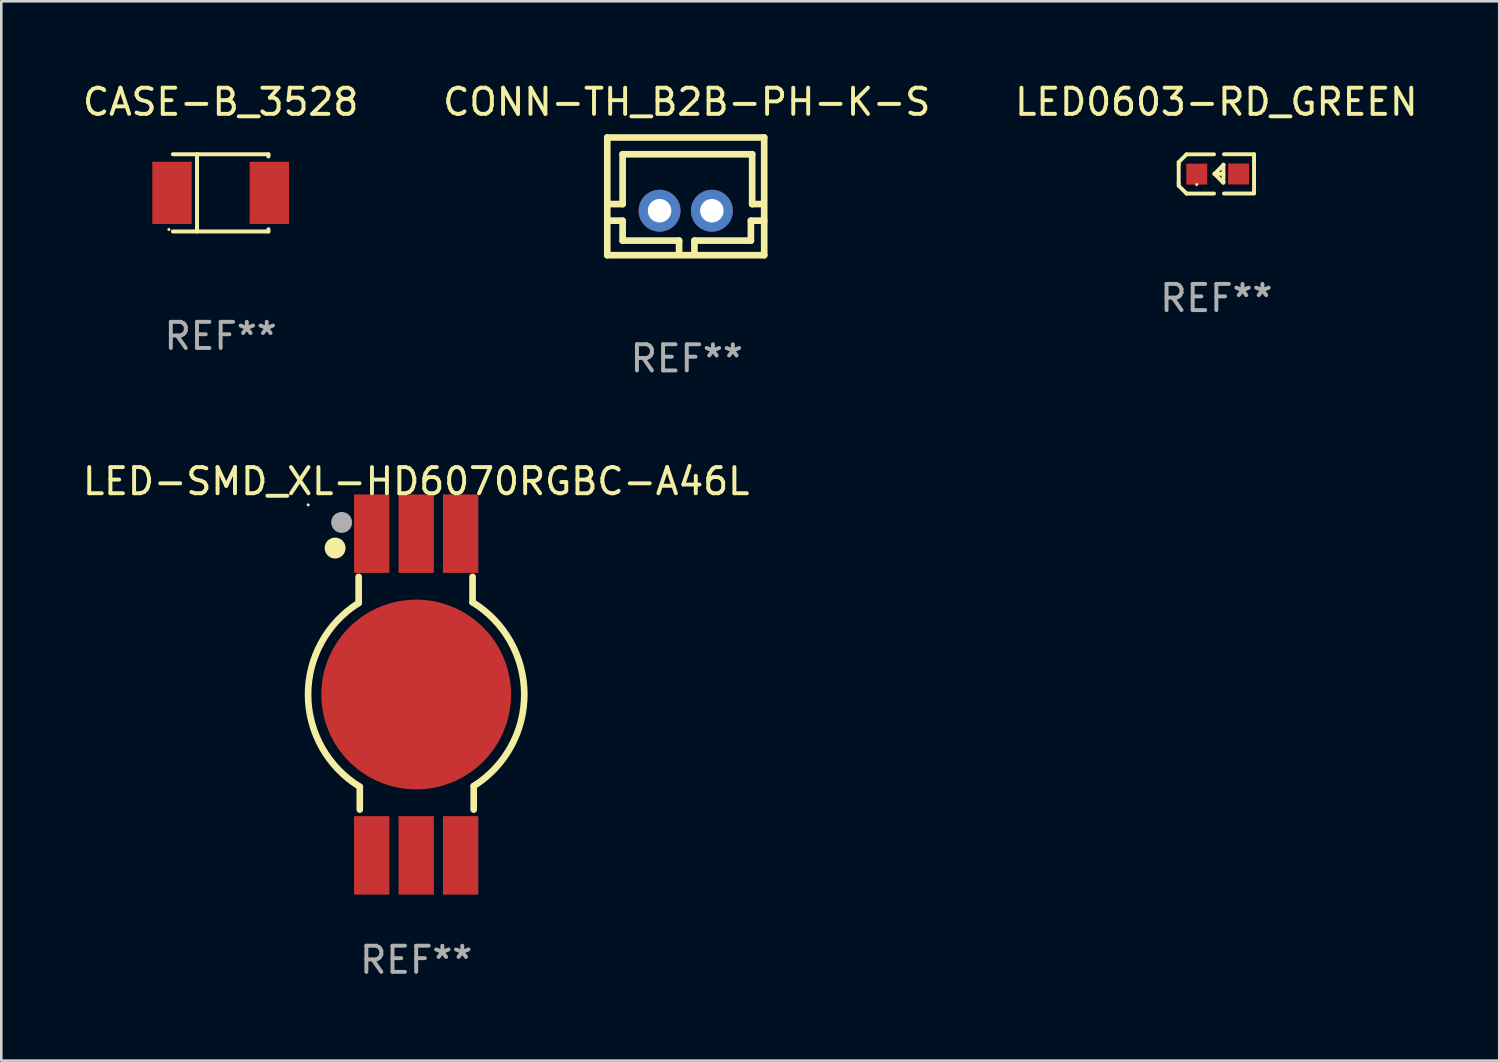
<source format=kicad_pcb>
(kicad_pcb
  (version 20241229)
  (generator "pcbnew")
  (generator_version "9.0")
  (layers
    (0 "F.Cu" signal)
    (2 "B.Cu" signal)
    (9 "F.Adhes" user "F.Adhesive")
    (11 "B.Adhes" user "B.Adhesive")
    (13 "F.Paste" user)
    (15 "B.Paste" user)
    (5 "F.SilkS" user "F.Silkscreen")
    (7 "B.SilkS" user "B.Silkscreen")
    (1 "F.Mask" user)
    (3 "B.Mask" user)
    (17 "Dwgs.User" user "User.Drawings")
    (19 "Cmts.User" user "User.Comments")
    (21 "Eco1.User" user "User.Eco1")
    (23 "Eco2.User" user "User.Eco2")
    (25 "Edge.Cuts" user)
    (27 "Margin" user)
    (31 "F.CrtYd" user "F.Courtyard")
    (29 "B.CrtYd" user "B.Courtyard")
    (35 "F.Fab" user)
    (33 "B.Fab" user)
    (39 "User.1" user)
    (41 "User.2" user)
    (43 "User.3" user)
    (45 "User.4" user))
  (footprint "CONN-TH_B2B-PH-K-S"
    (layer "F.Cu")
    (at 23.169 5.007)
    (property "Reference" "CONN-TH_B2B-PH-K-S" (at 0.04 -4.159 0) (layer "F.SilkS") (effects (font (size 1 1) (thickness 0.15))))
    (attr through_hole)
    (fp_line (start -3 -2.8) (end -3 1.7) (stroke (width 0.254) (type solid)) (layer "F.SilkS"))
    (fp_line (start -3 1.7) (end 3 1.7) (stroke (width 0.254) (type solid)) (layer "F.SilkS"))
    (fp_line (start -2.921 -0.254) (end -2.413 -0.254) (stroke (width 0.254) (type solid)) (layer "F.SilkS"))
    (fp_line (start -2.921 0.381) (end -2.413 0.381) (stroke (width 0.254) (type solid)) (layer "F.SilkS"))
    (fp_line (start -2.413 -2.159) (end 2.54 -2.159) (stroke (width 0.254) (type solid)) (layer "F.SilkS"))
    (fp_line (start -2.413 -0.254) (end -2.413 -2.159) (stroke (width 0.254) (type solid)) (layer "F.SilkS"))
    (fp_line (start -2.413 0.381) (end -2.413 1.143) (stroke (width 0.254) (type solid)) (layer "F.SilkS"))
    (fp_line (start -2.413 1.143) (end -0.254 1.143) (stroke (width 0.254) (type solid)) (layer "F.SilkS"))
    (fp_line (start -0.254 1.143) (end -0.254 1.651) (stroke (width 0.254) (type solid)) (layer "F.SilkS"))
    (fp_line (start 0.333 1.143) (end 0.333 1.651) (stroke (width 0.254) (type solid)) (layer "F.SilkS"))
    (fp_line (start 2.492 0.381) (end 2.492 1.143) (stroke (width 0.254) (type solid)) (layer "F.SilkS"))
    (fp_line (start 2.492 1.143) (end 0.333 1.143) (stroke (width 0.254) (type solid)) (layer "F.SilkS"))
    (fp_line (start 2.54 -2.159) (end 2.54 -0.254) (stroke (width 0.254) (type solid)) (layer "F.SilkS"))
    (fp_line (start 2.54 -0.254) (end 2.921 -0.254) (stroke (width 0.254) (type solid)) (layer "F.SilkS"))
    (fp_line (start 3 -2.8) (end -3 -2.8) (stroke (width 0.254) (type solid)) (layer "F.SilkS"))
    (fp_line (start 3 1.7) (end 3 -2.8) (stroke (width 0.254) (type solid)) (layer "F.SilkS"))
    (fp_line (start 3 0.381) (end 2.492 0.381) (stroke (width 0.254) (type solid)) (layer "F.SilkS"))
    (fp_circle (center 2.95 -2.8) (end 2.98 -2.8) (stroke (width 0.06) (type solid)) (fill no) (layer "F.SilkS"))
    (fp_text user "REF**" (at 0.04 5.651 0) (layer "F.Fab") (effects (font (size 1 1) (thickness 0.15))))
    (pad "1" thru_hole circle (at 1 0) (size 1.6 1.6) (drill 0.9) (layers "*.Cu" "*.Mask"))
    (pad "2" thru_hole circle (at -1 0) (size 1.6 1.6) (drill 0.9) (layers "*.Cu" "*.Mask")))
  (footprint "LED0603-RD_GREEN"
    (layer "F.Cu")
    (at 43.508 3.605)
    (property "Reference" "LED0603-RD_GREEN" (at -0.05 -2.757 0) (layer "F.SilkS") (effects (font (size 1 1) (thickness 0.15))))
    (attr through_hole)
    (fp_line (start -1.49 -0.454) (end -1.19 -0.754) (stroke (width 0.15) (type solid)) (layer "F.SilkS"))
    (fp_line (start -1.49 -0.354) (end -1.49 -0.454) (stroke (width 0.15) (type solid)) (layer "F.SilkS"))
    (fp_line (start -1.49 -0.354) (end -1.49 0.346) (stroke (width 0.15) (type solid)) (layer "F.SilkS"))
    (fp_line (start -1.49 0.346) (end -1.49 0.446) (stroke (width 0.15) (type solid)) (layer "F.SilkS"))
    (fp_line (start -1.49 0.446) (end -1.19 0.746) (stroke (width 0.15) (type solid)) (layer "F.SilkS"))
    (fp_line (start -0.14 -0.754) (end -1.19 -0.754) (stroke (width 0.15) (type solid)) (layer "F.SilkS"))
    (fp_line (start -0.14 0.746) (end -1.19 0.746) (stroke (width 0.15) (type solid)) (layer "F.SilkS"))
    (fp_line (start 0.21 0.323) (end -0.12 -0.007) (stroke (width 0.15) (type solid)) (layer "F.SilkS"))
    (fp_line (start 0.22 -0.357) (end 0.22 -0.347) (stroke (width 0.15) (type solid)) (layer "F.SilkS"))
    (fp_line (start 0.22 -0.357) (end 0.22 0.323) (stroke (width 0.15) (type solid)) (layer "F.SilkS"))
    (fp_line (start 0.22 -0.347) (end -0.12 -0.007) (stroke (width 0.15) (type solid)) (layer "F.SilkS"))
    (fp_line (start 0.22 -0.007) (end -0.12 -0.007) (stroke (width 0.15) (type solid)) (layer "F.SilkS"))
    (fp_line (start 0.22 0.323) (end 0.21 0.323) (stroke (width 0.15) (type solid)) (layer "F.SilkS"))
    (fp_line (start 0.24 -0.757) (end 1.391 -0.757) (stroke (width 0.15) (type solid)) (layer "F.SilkS"))
    (fp_line (start 0.24 0.744) (end 1.391 0.744) (stroke (width 0.15) (type solid)) (layer "F.SilkS"))
    (fp_line (start 1.391 -0.757) (end 1.391 0.723) (stroke (width 0.15) (type solid)) (layer "F.SilkS"))
    (fp_circle (center -0.799 0.403) (end -0.769 0.403) (stroke (width 0.06) (type solid)) (fill no) (layer "F.SilkS"))
    (fp_text user "REF**" (at -0.05 4.746 0) (layer "F.Fab") (effects (font (size 1 1) (thickness 0.15))))
    (pad "1" smd rect (at -0.799 0.003 90) (size 0.8 0.8) (layers "F.Cu" "F.Mask" "F.Paste"))
    (pad "2" smd rect (at 0.799 -0.003 90) (size 0.8 0.8) (layers "F.Cu" "F.Mask" "F.Paste")))
  (footprint "CASE-B_3528"
    (layer "F.Cu")
    (at 5.387 4.324)
    (property "Reference" "CASE-B_3528" (at 0 -3.476 0) (layer "F.SilkS") (effects (font (size 1 1) (thickness 0.15))))
    (attr through_hole)
    (fp_line (start -0.904 1.476) (end -0.904 -1.476) (stroke (width 0.152) (type solid)) (layer "F.SilkS"))
    (fp_line (start 1.826 -1.476) (end -1.826 -1.476) (stroke (width 0.152) (type solid)) (layer "F.SilkS"))
    (fp_line (start 1.826 -1.476) (end 1.826 -1.391) (stroke (width 0.152) (type solid)) (layer "F.SilkS"))
    (fp_line (start 1.826 1.476) (end -1.826 1.476) (stroke (width 0.152) (type solid)) (layer "F.SilkS"))
    (fp_line (start 1.826 1.476) (end 1.826 1.391) (stroke (width 0.152) (type solid)) (layer "F.SilkS"))
    (fp_circle (center -1.98 1.4) (end -1.95 1.4) (stroke (width 0.06) (type solid)) (fill no) (layer "F.SilkS"))
    (fp_text user "REF**" (at 0 5.476 0) (layer "F.Fab") (effects (font (size 1 1) (thickness 0.15))))
    (pad "1" smd rect (at -1.861 0 180) (size 1.506 2.376) (layers "F.Cu" "F.Mask" "F.Paste"))
    (pad "2" smd rect (at 1.861 0 180) (size 1.506 2.376) (layers "F.Cu" "F.Mask" "F.Paste")))
  (footprint "LED-SMD_XL-HD6070RGBC-A46L"
    (layer "F.Cu")
    (at 12.863 23.505)
    (property "Reference" "LED-SMD_XL-HD6070RGBC-A46L" (at 0 -8.15 0) (layer "F.SilkS") (effects (font (size 1 1) (thickness 0.15))))
    (attr through_hole)
    (fp_line (start -2.2 -3.5) (end -2.2 -4.5) (stroke (width 0.254) (type solid)) (layer "F.SilkS"))
    (fp_line (start -2.156 3.528) (end -2.156 4.4) (stroke (width 0.254) (type solid)) (layer "F.SilkS"))
    (fp_line (start 2.156 -3.527) (end 2.156 -4.5) (stroke (width 0.254) (type solid)) (layer "F.SilkS"))
    (fp_line (start 2.2 3.5) (end 2.2 4.4) (stroke (width 0.254) (type solid)) (layer "F.SilkS"))
    (fp_arc (start -2.155601 3.527534) (mid -4.133852 0.02613) (end -2.199925 -3.49995) (stroke (width 0.254001) (type solid)) (layer "F.SilkS"))
    (fp_arc (start 2.155601 -3.52728) (mid 4.133852 -0.025876) (end 2.199925 3.500204) (stroke (width 0.254001) (type solid)) (layer "F.SilkS"))
    (fp_circle (center -4.13 -7.25) (end -4.1 -7.25) (stroke (width 0.06) (type solid)) (fill no) (layer "F.SilkS"))
    (fp_circle (center -3.1 -5.6) (end -2.9 -5.6) (stroke (width 0.4) (type solid)) (fill no) (layer "F.SilkS"))
    (fp_rect (start -2.4 -2.1) (end -0.5 -0.85) (stroke (width 0.2) (type solid)) (fill yes) (layer "F.Paste"))
    (fp_rect (start -2.15 0.2) (end -0.4 1.85) (stroke (width 0.2) (type solid)) (fill yes) (layer "F.Paste"))
    (fp_rect (start 0.85 0.55) (end 2.3 1.95) (stroke (width 0.2) (type solid)) (fill yes) (layer "F.Paste"))
    (fp_rect (start 0.95 -1.95) (end 2.45 -0.075) (stroke (width 0.2) (type solid)) (fill yes) (layer "F.Paste"))
    (fp_circle (center -2.85 -6.58) (end -2.65 -6.58) (stroke (width 0.4) (type solid)) (fill no) (layer "F.Fab"))
    (fp_text user "REF**" (at 0 10.15 0) (layer "F.Fab") (effects (font (size 1 1) (thickness 0.15))))
    (pad "1" smd rect (at -1.7 -6.15) (size 1.35 3) (layers "F.Cu" "F.Mask" "F.Paste"))
    (pad "2" smd rect (at -1.7 6.15) (size 1.35 3) (layers "F.Cu" "F.Mask" "F.Paste"))
    (pad "3" smd rect (at 0 -6.15) (size 1.35 3) (layers "F.Cu" "F.Mask" "F.Paste"))
    (pad "4" smd rect (at 0 6.15) (size 1.35 3) (layers "F.Cu" "F.Mask" "F.Paste"))
    (pad "5" smd rect (at 1.7 -6.15) (size 1.35 3) (layers "F.Cu" "F.Mask" "F.Paste"))
    (pad "6" smd rect (at 1.7 6.15) (size 1.35 3) (layers "F.Cu" "F.Mask" "F.Paste"))
    (pad "7" smd custom (at 0 0.000127) (size 0.1 0.1) (layers "F.Cu" "F.Mask") (options (anchor circle)) (primitives (gr_poly (pts (xy -3.627 -0.000076) (xy -3.626 -0.086) (xy -3.623 -0.173) (xy -3.618 -0.259) (xy -3.61 -0.345) (xy -3.601 -0.431) (xy -3.59 -0.516) (xy -3.577 -0.602) (xy -3.561 -0.686) (xy -3.544 -0.771) (xy -3.525 -0.855) (xy -3.503 -0.939) (xy -3.48 -1.022) (xy -3.455 -1.104) (xy -3.427 -1.186) (xy -3.398 -1.268) (xy -3.367 -1.348) (xy -3.334 -1.428) (xy -3.299 -1.507) (xy -3.262 -1.585) (xy -3.224 -1.662) (xy -3.183 -1.738) (xy -3.141 -1.814) (xy -3.097 -1.888) (xy -3.051 -1.961) (xy -3.004 -2.033) (xy -2.954 -2.104) (xy -2.903 -2.174) (xy -2.851 -2.242) (xy -2.797 -2.309) (xy -2.741 -2.375) (xy -2.684 -2.44) (xy -2.625 -2.503) (xy -2.565 -2.565) (xy -2.503 -2.625) (xy -2.44 -2.684) (xy -2.375 -2.741) (xy -2.309 -2.797) (xy -2.242 -2.851) (xy -2.174 -2.904) (xy -2.104 -2.955) (xy -2.033 -3.004) (xy -1.961 -3.051) (xy -1.888 -3.097) (xy -1.813 -3.141) (xy -1.738 -3.183) (xy -1.662 -3.224) (xy -1.585 -3.263) (xy -1.507 -3.299) (xy -1.428 -3.334) (xy -1.348 -3.367) (xy -1.267 -3.398) (xy -1.186 -3.428) (xy -1.104 -3.455) (xy -1.022 -3.48) (xy -0.939 -3.503) (xy -0.855 -3.525) (xy -0.771 -3.544) (xy -0.686 -3.562) (xy -0.601 -3.577) (xy -0.516 -3.59) (xy -0.431 -3.601) (xy -0.345 -3.611) (xy -0.259 -3.618) (xy -0.172 -3.623) (xy -0.086 -3.626) (xy 0.000076 -3.627) (xy 0.086 -3.626) (xy 0.173 -3.623) (xy 0.259 -3.618) (xy 0.345 -3.611) (xy 0.431 -3.601) (xy 0.516 -3.59) (xy 0.602 -3.577) (xy 0.686 -3.562) (xy 0.771 -3.544) (xy 0.855 -3.525) (xy 0.939 -3.503) (xy 1.022 -3.48) (xy 1.104 -3.455) (xy 1.186 -3.428) (xy 1.268 -3.398) (xy 1.348 -3.367) (xy 1.428 -3.334) (xy 1.507 -3.299) (xy 1.585 -3.263) (xy 1.662 -3.224) (xy 1.738 -3.183) (xy 1.814 -3.141) (xy 1.888 -3.097) (xy 1.961 -3.051) (xy 2.033 -3.004) (xy 2.104 -2.955) (xy 2.174 -2.904) (xy 2.242 -2.851) (xy 2.309 -2.797) (xy 2.375 -2.741) (xy 2.44 -2.684) (xy 2.503 -2.625) (xy 2.565 -2.565) (xy 2.625 -2.503) (xy 2.684 -2.44) (xy 2.741 -2.375) (xy 2.797 -2.309) (xy 2.851 -2.242) (xy 2.904 -2.174) (xy 2.955 -2.104) (xy 3.004 -2.033) (xy 3.051 -1.961) (xy 3.097 -1.888) (xy 3.141 -1.814) (xy 3.183 -1.738) (xy 3.224 -1.662) (xy 3.263 -1.585) (xy 3.299 -1.507) (xy 3.334 -1.428) (xy 3.367 -1.348) (xy 3.398 -1.268) (xy 3.428 -1.186) (xy 3.455 -1.104) (xy 3.48 -1.022) (xy 3.503 -0.939) (xy 3.525 -0.855) (xy 3.544 -0.771) (xy 3.562 -0.686) (xy 3.577 -0.602) (xy 3.59 -0.516) (xy 3.601 -0.431) (xy 3.611 -0.345) (xy 3.618 -0.259) (xy 3.623 -0.173) (xy 3.626 -0.086) (xy 3.627 -0.000076) (xy 3.626 0.086) (xy 3.623 0.172) (xy 3.618 0.259) (xy 3.611 0.345) (xy 3.601 0.431) (xy 3.59 0.516) (xy 3.577 0.601) (xy 3.562 0.686) (xy 3.544 0.771) (xy 3.525 0.855) (xy 3.503 0.939) (xy 3.48 1.022) (xy 3.455 1.104) (xy 3.428 1.186) (xy 3.398 1.267) (xy 3.367 1.348) (xy 3.334 1.428) (xy 3.299 1.507) (xy 3.263 1.585) (xy 3.224 1.662) (xy 3.183 1.738) (xy 3.141 1.813) (xy 3.097 1.888) (xy 3.051 1.961) (xy 3.004 2.033) (xy 2.955 2.104) (xy 2.904 2.174) (xy 2.851 2.242) (xy 2.797 2.309) (xy 2.741 2.375) (xy 2.684 2.44) (xy 2.625 2.503) (xy 2.565 2.565) (xy 2.503 2.625) (xy 2.44 2.684) (xy 2.375 2.741) (xy 2.309 2.797) (xy 2.242 2.851) (xy 2.174 2.903) (xy 2.104 2.954) (xy 2.033 3.004) (xy 1.961 3.051) (xy 1.888 3.097) (xy 1.814 3.141) (xy 1.738 3.183) (xy 1.662 3.224) (xy 1.585 3.262) (xy 1.507 3.299) (xy 1.428 3.334) (xy 1.348 3.367) (xy 1.268 3.398) (xy 1.186 3.427) (xy 1.104 3.455) (xy 1.022 3.48) (xy 0.939 3.503) (xy 0.855 3.525) (xy 0.771 3.544) (xy 0.686 3.561) (xy 0.602 3.577) (xy 0.516 3.59) (xy 0.431 3.601) (xy 0.345 3.61) (xy 0.259 3.618) (xy 0.173 3.623) (xy 0.086 3.626) (xy 0.000076 3.627) (xy -0.086 3.626) (xy -0.172 3.623) (xy -0.259 3.618) (xy -0.345 3.61) (xy -0.431 3.601) (xy -0.516 3.59) (xy -0.601 3.577) (xy -0.686 3.561) (xy -0.771 3.544) (xy -0.855 3.525) (xy -0.939 3.503) (xy -1.022 3.48) (xy -1.104 3.455) (xy -1.186 3.427) (xy -1.267 3.398) (xy -1.348 3.367) (xy -1.428 3.334) (xy -1.507 3.299) (xy -1.585 3.262) (xy -1.662 3.224) (xy -1.738 3.183) (xy -1.813 3.141) (xy -1.888 3.097) (xy -1.961 3.051) (xy -2.033 3.004) (xy -2.104 2.954) (xy -2.174 2.903) (xy -2.242 2.851) (xy -2.309 2.797) (xy -2.375 2.741) (xy -2.44 2.684) (xy -2.503 2.625) (xy -2.565 2.565) (xy -2.625 2.503) (xy -2.684 2.44) (xy -2.741 2.375) (xy -2.797 2.309) (xy -2.851 2.242) (xy -2.903 2.174) (xy -2.954 2.104) (xy -3.004 2.033) (xy -3.051 1.961) (xy -3.097 1.888) (xy -3.141 1.813) (xy -3.183 1.738) (xy -3.224 1.662) (xy -3.262 1.585) (xy -3.299 1.507) (xy -3.334 1.428) (xy -3.367 1.348) (xy -3.398 1.267) (xy -3.427 1.186) (xy -3.455 1.104) (xy -3.48 1.022) (xy -3.503 0.939) (xy -3.525 0.855) (xy -3.544 0.771) (xy -3.561 0.686) (xy -3.577 0.601) (xy -3.59 0.516) (xy -3.601 0.431) (xy -3.61 0.345) (xy -3.618 0.259) (xy -3.623 0.172) (xy -3.626 0.086) (xy -3.627 -0.000076)) (width 0) (fill yes)))))
  (gr_rect
    (start -3 -3)
    (end 54.274 37.503)
    (stroke (width 0.1) (type default))
    (fill no)
    (layer "Edge.Cuts")))
</source>
